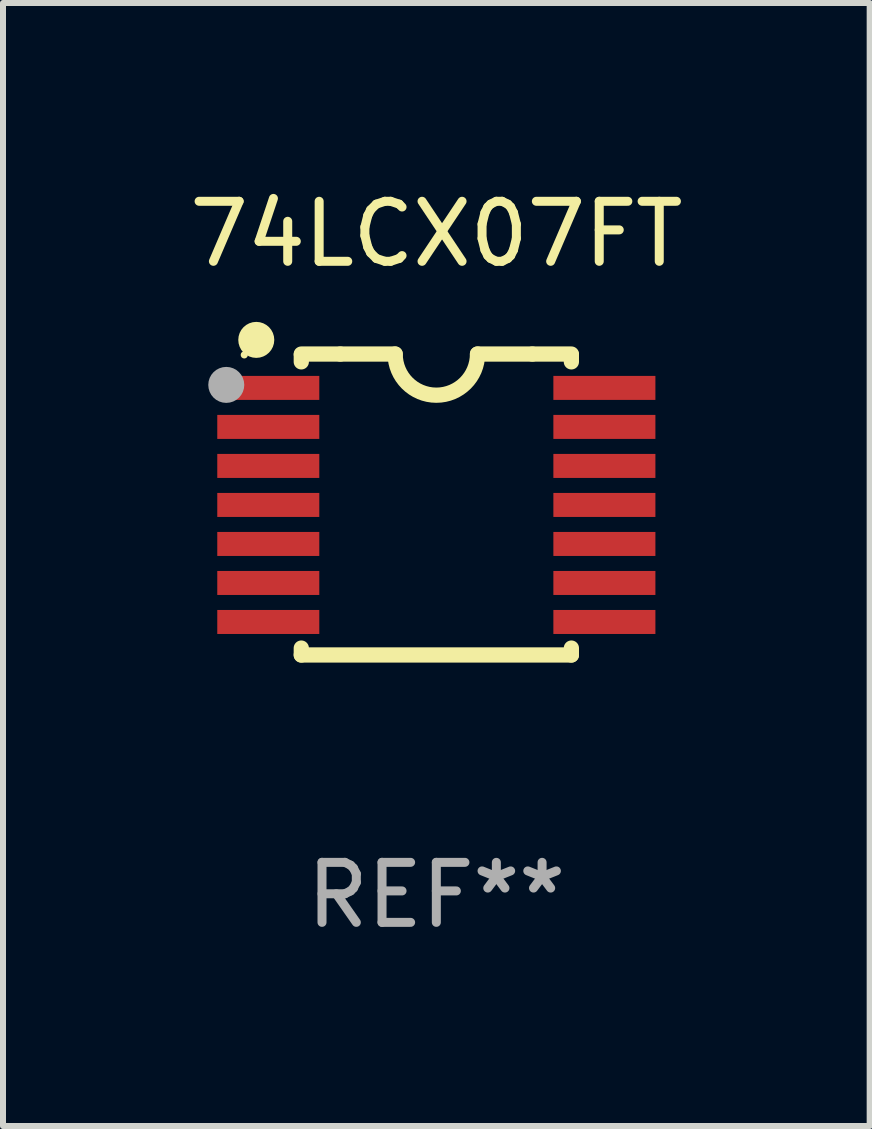
<source format=kicad_pcb>
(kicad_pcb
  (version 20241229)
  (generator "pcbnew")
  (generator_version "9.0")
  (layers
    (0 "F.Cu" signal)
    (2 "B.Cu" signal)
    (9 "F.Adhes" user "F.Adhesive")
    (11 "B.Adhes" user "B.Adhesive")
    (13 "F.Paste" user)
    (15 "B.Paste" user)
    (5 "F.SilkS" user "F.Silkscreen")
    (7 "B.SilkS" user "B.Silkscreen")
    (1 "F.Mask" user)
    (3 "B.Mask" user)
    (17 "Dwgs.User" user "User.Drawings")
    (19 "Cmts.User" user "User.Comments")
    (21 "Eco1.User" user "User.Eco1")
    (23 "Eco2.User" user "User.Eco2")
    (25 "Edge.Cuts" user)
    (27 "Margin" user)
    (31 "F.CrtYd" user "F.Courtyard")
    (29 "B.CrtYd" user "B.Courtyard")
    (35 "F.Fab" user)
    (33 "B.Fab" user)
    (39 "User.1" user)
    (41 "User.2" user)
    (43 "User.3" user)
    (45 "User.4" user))
  (footprint "74LCX07FT"
    (layer "F.Cu")
    (at 4.22 5.356)
    (property "Reference" "74LCX07FT" (at 0 -4.507 0) (layer "F.SilkS") (effects (font (size 1 1) (thickness 0.15))))
    (attr through_hole)
    (fp_line (start -2.25 -2.377) (end -2.25 -2.493) (stroke (width 0.254) (type solid)) (layer "F.SilkS"))
    (fp_line (start -2.25 2.507) (end -2.25 2.392) (stroke (width 0.254) (type solid)) (layer "F.SilkS"))
    (fp_line (start -1.6 -2.507) (end -2.25 -2.507) (stroke (width 0.254) (type solid)) (layer "F.SilkS"))
    (fp_line (start -1.6 -2.507) (end -0.686 -2.507) (stroke (width 0.254) (type solid)) (layer "F.SilkS"))
    (fp_line (start 0.686 -2.507) (end 1.6 -2.507) (stroke (width 0.254) (type solid)) (layer "F.SilkS"))
    (fp_line (start 1.6 -2.507) (end 2.25 -2.507) (stroke (width 0.254) (type solid)) (layer "F.SilkS"))
    (fp_line (start 2.25 -2.493) (end 2.25 -2.377) (stroke (width 0.254) (type solid)) (layer "F.SilkS"))
    (fp_line (start 2.25 2.392) (end 2.25 2.507) (stroke (width 0.254) (type solid)) (layer "F.SilkS"))
    (fp_line (start 2.25 2.507) (end -2.25 2.507) (stroke (width 0.254) (type solid)) (layer "F.SilkS"))
    (fp_arc (start 0.685852 -2.507303) (mid 0.000051 -1.821502) (end -0.68575 -2.507303) (stroke (width 0.254001) (type solid)) (layer "F.SilkS"))
    (fp_circle (center -3.2 -2.493) (end -3.17 -2.493) (stroke (width 0.06) (type solid)) (fill no) (layer "F.SilkS"))
    (fp_circle (center -3 -2.743) (end -2.85 -2.743) (stroke (width 0.3) (type solid)) (fill no) (layer "F.SilkS"))
    (fp_circle (center -3.5 -1.993) (end -3.35 -1.993) (stroke (width 0.3) (type solid)) (fill no) (layer "F.Fab"))
    (fp_text user "REF**" (at 0 6.507 0) (layer "F.Fab") (effects (font (size 1 1) (thickness 0.15))))
    (pad "1" smd rect (at -2.8 -1.943) (size 1.7 0.4) (layers "F.Cu" "F.Mask" "F.Paste"))
    (pad "2" smd rect (at -2.8 -1.293) (size 1.7 0.4) (layers "F.Cu" "F.Mask" "F.Paste"))
    (pad "3" smd rect (at -2.8 -0.643) (size 1.7 0.4) (layers "F.Cu" "F.Mask" "F.Paste"))
    (pad "4" smd rect (at -2.8 0.007) (size 1.7 0.4) (layers "F.Cu" "F.Mask" "F.Paste"))
    (pad "5" smd rect (at -2.8 0.657) (size 1.7 0.4) (layers "F.Cu" "F.Mask" "F.Paste"))
    (pad "6" smd rect (at -2.8 1.307) (size 1.7 0.4) (layers "F.Cu" "F.Mask" "F.Paste"))
    (pad "7" smd rect (at -2.8 1.957) (size 1.7 0.4) (layers "F.Cu" "F.Mask" "F.Paste"))
    (pad "8" smd rect (at 2.8 1.957) (size 1.7 0.4) (layers "F.Cu" "F.Mask" "F.Paste"))
    (pad "9" smd rect (at 2.8 1.307) (size 1.7 0.4) (layers "F.Cu" "F.Mask" "F.Paste"))
    (pad "10" smd rect (at 2.8 0.657) (size 1.7 0.4) (layers "F.Cu" "F.Mask" "F.Paste"))
    (pad "11" smd rect (at 2.8 0.007) (size 1.7 0.4) (layers "F.Cu" "F.Mask" "F.Paste"))
    (pad "12" smd rect (at 2.8 -0.643) (size 1.7 0.4) (layers "F.Cu" "F.Mask" "F.Paste"))
    (pad "13" smd rect (at 2.8 -1.293) (size 1.7 0.4) (layers "F.Cu" "F.Mask" "F.Paste"))
    (pad "14" smd rect (at 2.8 -1.943) (size 1.7 0.4) (layers "F.Cu" "F.Mask" "F.Paste")))
  (gr_rect
    (start -3 -3)
    (end 11.44 15.711)
    (stroke (width 0.1) (type default))
    (fill no)
    (layer "Edge.Cuts")))
</source>
